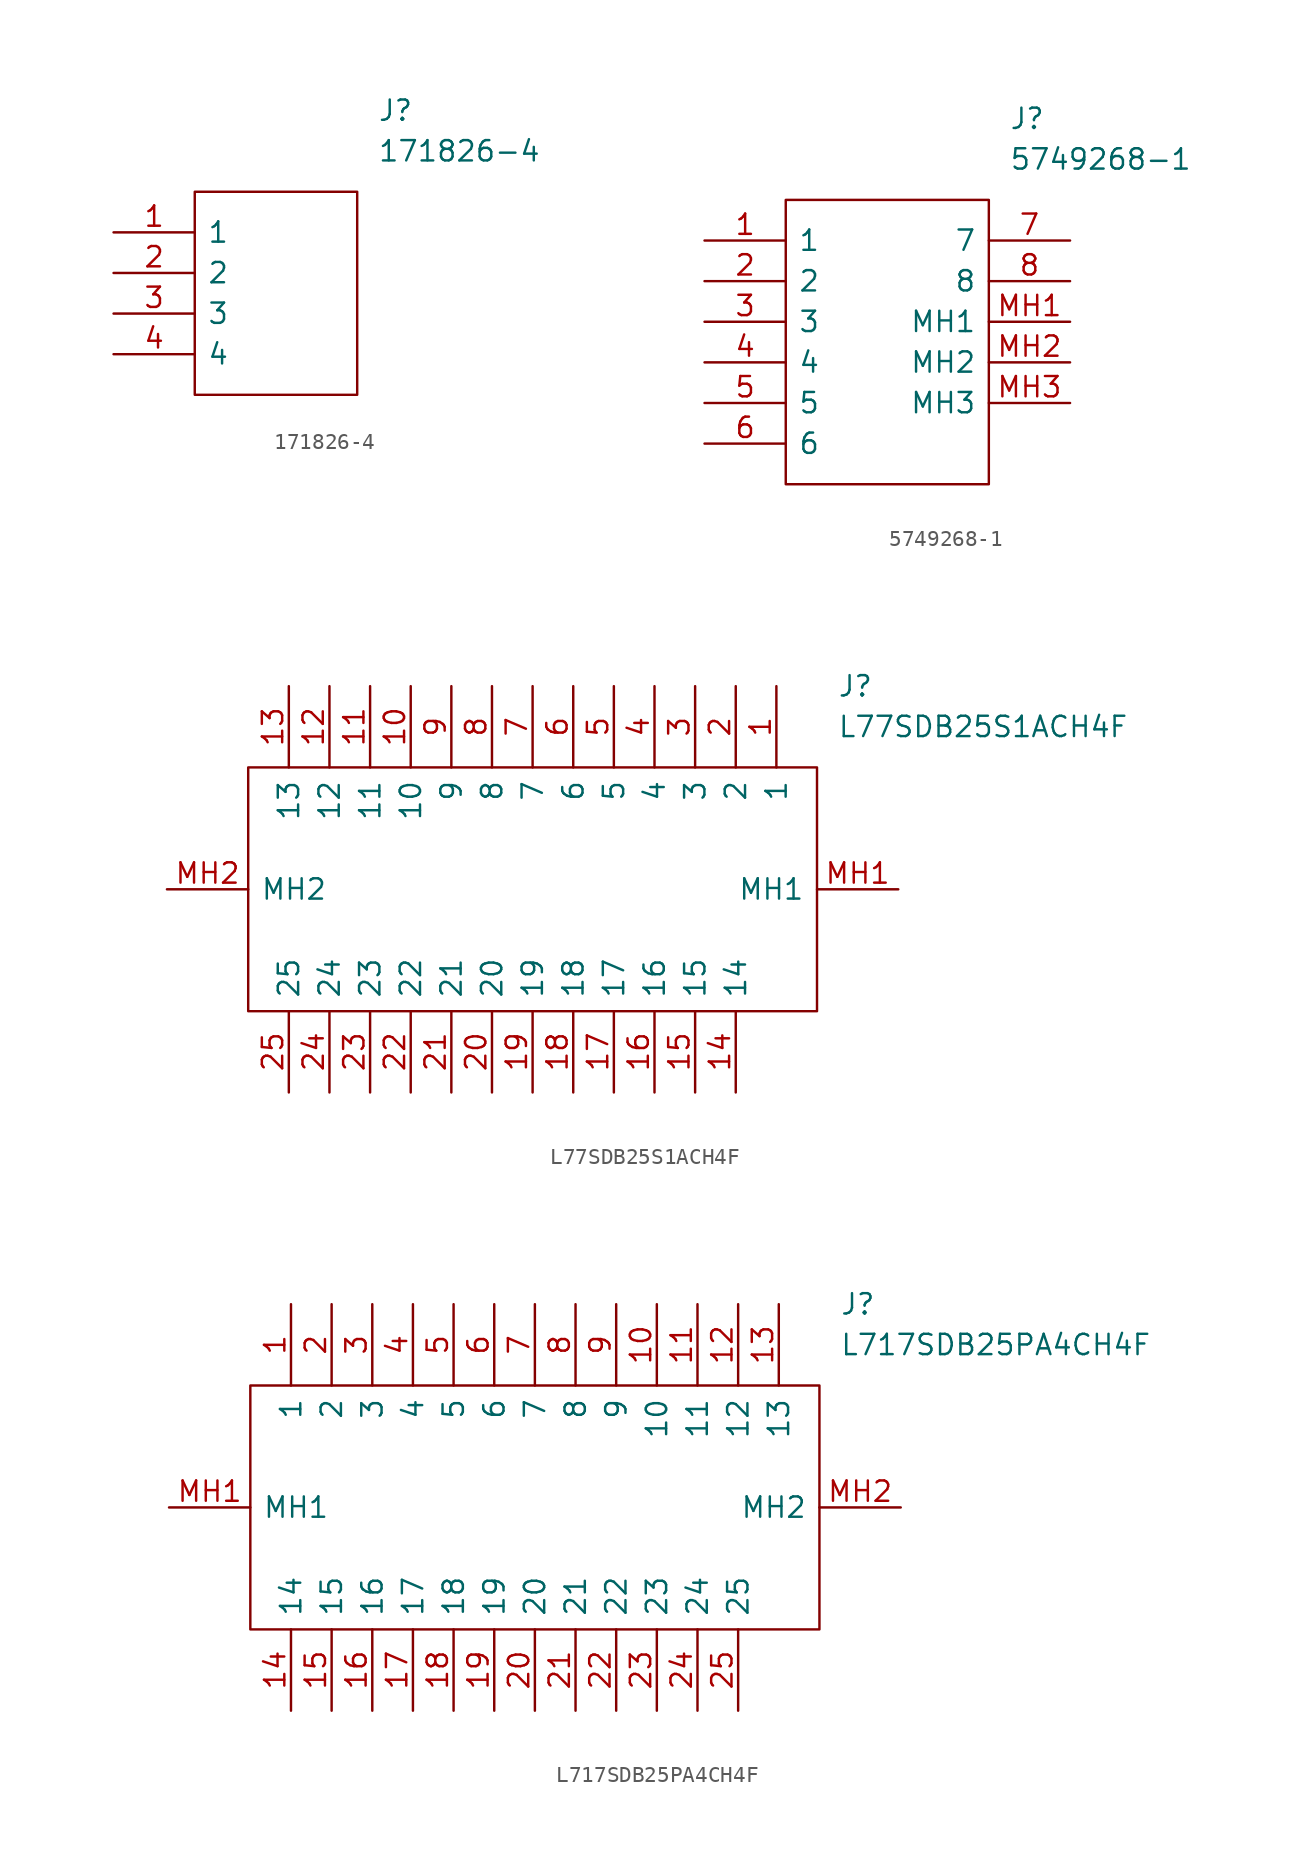
<source format=kicad_sym>
(kicad_symbol_lib
  (version 20231120)
  (generator "kicad_symbol_editor")
  (generator_version "8.0")
  (symbol "171826-4"
    (pin_names
      (offset 0.762))
    (property "Reference" "J"
      (at 16.51 7.62 0)
      (effects (font (size 1.27 1.27)) (justify left)))
    (property "Value" "171826-4"
      (at 16.51 5.08 0)
      (effects (font (size 1.27 1.27)) (justify left)))
    (symbol "171826-4_0_0"
      (pin passive line (at 0 0 0) (length 5.08) (name "1" (effects (font (size 1.27 1.27)))) (number "1" (effects (font (size 1.27 1.27)))))
      (pin passive line (at 0 -2.54 0) (length 5.08) (name "2" (effects (font (size 1.27 1.27)))) (number "2" (effects (font (size 1.27 1.27)))))
      (pin passive line (at 0 -5.08 0) (length 5.08) (name "3" (effects (font (size 1.27 1.27)))) (number "3" (effects (font (size 1.27 1.27)))))
      (pin passive line (at 0 -7.62 0) (length 5.08) (name "4" (effects (font (size 1.27 1.27)))) (number "4" (effects (font (size 1.27 1.27))))))
    (symbol "171826-4_0_1"
      (polyline (pts (xy 5.08 2.54) (xy 15.24 2.54) (xy 15.24 -10.16) (xy 5.08 -10.16) (xy 5.08 2.54)) (stroke (width 0.152) (type solid)) (fill (type none)))))
  (symbol "5749268-1"
    (pin_names
      (offset 0.762))
    (property "Reference" "J"
      (at 19.05 7.62 0)
      (effects (font (size 1.27 1.27)) (justify left)))
    (property "Value" "5749268-1"
      (at 19.05 5.08 0)
      (effects (font (size 1.27 1.27)) (justify left)))
    (symbol "5749268-1_0_0"
      (pin passive line (at 0 0 0) (length 5.08) (name "1" (effects (font (size 1.27 1.27)))) (number "1" (effects (font (size 1.27 1.27)))))
      (pin passive line (at 0 -2.54 0) (length 5.08) (name "2" (effects (font (size 1.27 1.27)))) (number "2" (effects (font (size 1.27 1.27)))))
      (pin passive line (at 0 -5.08 0) (length 5.08) (name "3" (effects (font (size 1.27 1.27)))) (number "3" (effects (font (size 1.27 1.27)))))
      (pin passive line (at 0 -7.62 0) (length 5.08) (name "4" (effects (font (size 1.27 1.27)))) (number "4" (effects (font (size 1.27 1.27)))))
      (pin passive line (at 0 -10.16 0) (length 5.08) (name "5" (effects (font (size 1.27 1.27)))) (number "5" (effects (font (size 1.27 1.27)))))
      (pin passive line (at 0 -12.7 0) (length 5.08) (name "6" (effects (font (size 1.27 1.27)))) (number "6" (effects (font (size 1.27 1.27)))))
      (pin passive line (at 22.86 0 180) (length 5.08) (name "7" (effects (font (size 1.27 1.27)))) (number "7" (effects (font (size 1.27 1.27)))))
      (pin passive line (at 22.86 -2.54 180) (length 5.08) (name "8" (effects (font (size 1.27 1.27)))) (number "8" (effects (font (size 1.27 1.27)))))
      (pin passive line (at 22.86 -5.08 180) (length 5.08) (name "MH1" (effects (font (size 1.27 1.27)))) (number "MH1" (effects (font (size 1.27 1.27)))))
      (pin passive line (at 22.86 -7.62 180) (length 5.08) (name "MH2" (effects (font (size 1.27 1.27)))) (number "MH2" (effects (font (size 1.27 1.27)))))
      (pin passive line (at 22.86 -10.16 180) (length 5.08) (name "MH3" (effects (font (size 1.27 1.27)))) (number "MH3" (effects (font (size 1.27 1.27))))))
    (symbol "5749268-1_0_1"
      (polyline (pts (xy 5.08 2.54) (xy 17.78 2.54) (xy 17.78 -15.24) (xy 5.08 -15.24) (xy 5.08 2.54)) (stroke (width 0.152) (type solid)) (fill (type none)))))
  (symbol "L77SDB25S1ACH4F"
    (pin_names
      (offset 0.762))
    (property "Reference" "J"
      (at 41.91 12.7 0)
      (effects (font (size 1.27 1.27)) (justify left)))
    (property "Value" "L77SDB25S1ACH4F"
      (at 41.91 10.16 0)
      (effects (font (size 1.27 1.27)) (justify left)))
    (symbol "L77SDB25S1ACH4F_0_0"
      (pin passive line (at 38.1 12.7 270) (length 5.08) (name "1" (effects (font (size 1.27 1.27)))) (number "1" (effects (font (size 1.27 1.27)))))
      (pin passive line (at 15.24 12.7 270) (length 5.08) (name "10" (effects (font (size 1.27 1.27)))) (number "10" (effects (font (size 1.27 1.27)))))
      (pin passive line (at 12.7 12.7 270) (length 5.08) (name "11" (effects (font (size 1.27 1.27)))) (number "11" (effects (font (size 1.27 1.27)))))
      (pin passive line (at 10.16 12.7 270) (length 5.08) (name "12" (effects (font (size 1.27 1.27)))) (number "12" (effects (font (size 1.27 1.27)))))
      (pin passive line (at 7.62 12.7 270) (length 5.08) (name "13" (effects (font (size 1.27 1.27)))) (number "13" (effects (font (size 1.27 1.27)))))
      (pin passive line (at 35.56 -12.7 90) (length 5.08) (name "14" (effects (font (size 1.27 1.27)))) (number "14" (effects (font (size 1.27 1.27)))))
      (pin passive line (at 33.02 -12.7 90) (length 5.08) (name "15" (effects (font (size 1.27 1.27)))) (number "15" (effects (font (size 1.27 1.27)))))
      (pin passive line (at 30.48 -12.7 90) (length 5.08) (name "16" (effects (font (size 1.27 1.27)))) (number "16" (effects (font (size 1.27 1.27)))))
      (pin passive line (at 27.94 -12.7 90) (length 5.08) (name "17" (effects (font (size 1.27 1.27)))) (number "17" (effects (font (size 1.27 1.27)))))
      (pin passive line (at 25.4 -12.7 90) (length 5.08) (name "18" (effects (font (size 1.27 1.27)))) (number "18" (effects (font (size 1.27 1.27)))))
      (pin passive line (at 22.86 -12.7 90) (length 5.08) (name "19" (effects (font (size 1.27 1.27)))) (number "19" (effects (font (size 1.27 1.27)))))
      (pin passive line (at 35.56 12.7 270) (length 5.08) (name "2" (effects (font (size 1.27 1.27)))) (number "2" (effects (font (size 1.27 1.27)))))
      (pin passive line (at 20.32 -12.7 90) (length 5.08) (name "20" (effects (font (size 1.27 1.27)))) (number "20" (effects (font (size 1.27 1.27)))))
      (pin passive line (at 17.78 -12.7 90) (length 5.08) (name "21" (effects (font (size 1.27 1.27)))) (number "21" (effects (font (size 1.27 1.27)))))
      (pin passive line (at 15.24 -12.7 90) (length 5.08) (name "22" (effects (font (size 1.27 1.27)))) (number "22" (effects (font (size 1.27 1.27)))))
      (pin passive line (at 12.7 -12.7 90) (length 5.08) (name "23" (effects (font (size 1.27 1.27)))) (number "23" (effects (font (size 1.27 1.27)))))
      (pin passive line (at 10.16 -12.7 90) (length 5.08) (name "24" (effects (font (size 1.27 1.27)))) (number "24" (effects (font (size 1.27 1.27)))))
      (pin passive line (at 7.62 -12.7 90) (length 5.08) (name "25" (effects (font (size 1.27 1.27)))) (number "25" (effects (font (size 1.27 1.27)))))
      (pin passive line (at 33.02 12.7 270) (length 5.08) (name "3" (effects (font (size 1.27 1.27)))) (number "3" (effects (font (size 1.27 1.27)))))
      (pin passive line (at 30.48 12.7 270) (length 5.08) (name "4" (effects (font (size 1.27 1.27)))) (number "4" (effects (font (size 1.27 1.27)))))
      (pin passive line (at 27.94 12.7 270) (length 5.08) (name "5" (effects (font (size 1.27 1.27)))) (number "5" (effects (font (size 1.27 1.27)))))
      (pin passive line (at 25.4 12.7 270) (length 5.08) (name "6" (effects (font (size 1.27 1.27)))) (number "6" (effects (font (size 1.27 1.27)))))
      (pin passive line (at 22.86 12.7 270) (length 5.08) (name "7" (effects (font (size 1.27 1.27)))) (number "7" (effects (font (size 1.27 1.27)))))
      (pin passive line (at 20.32 12.7 270) (length 5.08) (name "8" (effects (font (size 1.27 1.27)))) (number "8" (effects (font (size 1.27 1.27)))))
      (pin passive line (at 17.78 12.7 270) (length 5.08) (name "9" (effects (font (size 1.27 1.27)))) (number "9" (effects (font (size 1.27 1.27)))))
      (pin passive line (at 45.72 0 180) (length 5.08) (name "MH1" (effects (font (size 1.27 1.27)))) (number "MH1" (effects (font (size 1.27 1.27)))))
      (pin passive line (at 0 0 0) (length 5.08) (name "MH2" (effects (font (size 1.27 1.27)))) (number "MH2" (effects (font (size 1.27 1.27))))))
    (symbol "L77SDB25S1ACH4F_0_1"
      (polyline (pts (xy 5.08 7.62) (xy 40.64 7.62) (xy 40.64 -7.62) (xy 5.08 -7.62) (xy 5.08 7.62)) (stroke (width 0.152) (type solid)) (fill (type none)))))
  (symbol "L717SDB25PA4CH4F"
    (pin_names
      (offset 0.762))
    (property "Reference" "J"
      (at 41.91 12.7 0)
      (effects (font (size 1.27 1.27)) (justify left)))
    (property "Value" "L717SDB25PA4CH4F"
      (at 41.91 10.16 0)
      (effects (font (size 1.27 1.27)) (justify left)))
    (symbol "L717SDB25PA4CH4F_0_0"
      (pin passive line (at 7.62 12.7 270) (length 5.08) (name "1" (effects (font (size 1.27 1.27)))) (number "1" (effects (font (size 1.27 1.27)))))
      (pin passive line (at 30.48 12.7 270) (length 5.08) (name "10" (effects (font (size 1.27 1.27)))) (number "10" (effects (font (size 1.27 1.27)))))
      (pin passive line (at 33.02 12.7 270) (length 5.08) (name "11" (effects (font (size 1.27 1.27)))) (number "11" (effects (font (size 1.27 1.27)))))
      (pin passive line (at 35.56 12.7 270) (length 5.08) (name "12" (effects (font (size 1.27 1.27)))) (number "12" (effects (font (size 1.27 1.27)))))
      (pin passive line (at 38.1 12.7 270) (length 5.08) (name "13" (effects (font (size 1.27 1.27)))) (number "13" (effects (font (size 1.27 1.27)))))
      (pin passive line (at 7.62 -12.7 90) (length 5.08) (name "14" (effects (font (size 1.27 1.27)))) (number "14" (effects (font (size 1.27 1.27)))))
      (pin passive line (at 10.16 -12.7 90) (length 5.08) (name "15" (effects (font (size 1.27 1.27)))) (number "15" (effects (font (size 1.27 1.27)))))
      (pin passive line (at 12.7 -12.7 90) (length 5.08) (name "16" (effects (font (size 1.27 1.27)))) (number "16" (effects (font (size 1.27 1.27)))))
      (pin passive line (at 15.24 -12.7 90) (length 5.08) (name "17" (effects (font (size 1.27 1.27)))) (number "17" (effects (font (size 1.27 1.27)))))
      (pin passive line (at 17.78 -12.7 90) (length 5.08) (name "18" (effects (font (size 1.27 1.27)))) (number "18" (effects (font (size 1.27 1.27)))))
      (pin passive line (at 20.32 -12.7 90) (length 5.08) (name "19" (effects (font (size 1.27 1.27)))) (number "19" (effects (font (size 1.27 1.27)))))
      (pin passive line (at 10.16 12.7 270) (length 5.08) (name "2" (effects (font (size 1.27 1.27)))) (number "2" (effects (font (size 1.27 1.27)))))
      (pin passive line (at 22.86 -12.7 90) (length 5.08) (name "20" (effects (font (size 1.27 1.27)))) (number "20" (effects (font (size 1.27 1.27)))))
      (pin passive line (at 25.4 -12.7 90) (length 5.08) (name "21" (effects (font (size 1.27 1.27)))) (number "21" (effects (font (size 1.27 1.27)))))
      (pin passive line (at 27.94 -12.7 90) (length 5.08) (name "22" (effects (font (size 1.27 1.27)))) (number "22" (effects (font (size 1.27 1.27)))))
      (pin passive line (at 30.48 -12.7 90) (length 5.08) (name "23" (effects (font (size 1.27 1.27)))) (number "23" (effects (font (size 1.27 1.27)))))
      (pin passive line (at 33.02 -12.7 90) (length 5.08) (name "24" (effects (font (size 1.27 1.27)))) (number "24" (effects (font (size 1.27 1.27)))))
      (pin passive line (at 35.56 -12.7 90) (length 5.08) (name "25" (effects (font (size 1.27 1.27)))) (number "25" (effects (font (size 1.27 1.27)))))
      (pin passive line (at 12.7 12.7 270) (length 5.08) (name "3" (effects (font (size 1.27 1.27)))) (number "3" (effects (font (size 1.27 1.27)))))
      (pin passive line (at 15.24 12.7 270) (length 5.08) (name "4" (effects (font (size 1.27 1.27)))) (number "4" (effects (font (size 1.27 1.27)))))
      (pin passive line (at 17.78 12.7 270) (length 5.08) (name "5" (effects (font (size 1.27 1.27)))) (number "5" (effects (font (size 1.27 1.27)))))
      (pin passive line (at 20.32 12.7 270) (length 5.08) (name "6" (effects (font (size 1.27 1.27)))) (number "6" (effects (font (size 1.27 1.27)))))
      (pin passive line (at 22.86 12.7 270) (length 5.08) (name "7" (effects (font (size 1.27 1.27)))) (number "7" (effects (font (size 1.27 1.27)))))
      (pin passive line (at 25.4 12.7 270) (length 5.08) (name "8" (effects (font (size 1.27 1.27)))) (number "8" (effects (font (size 1.27 1.27)))))
      (pin passive line (at 27.94 12.7 270) (length 5.08) (name "9" (effects (font (size 1.27 1.27)))) (number "9" (effects (font (size 1.27 1.27)))))
      (pin passive line (at 0 0 0) (length 5.08) (name "MH1" (effects (font (size 1.27 1.27)))) (number "MH1" (effects (font (size 1.27 1.27)))))
      (pin passive line (at 45.72 0 180) (length 5.08) (name "MH2" (effects (font (size 1.27 1.27)))) (number "MH2" (effects (font (size 1.27 1.27))))))
    (symbol "L717SDB25PA4CH4F_0_1"
      (polyline (pts (xy 5.08 7.62) (xy 40.64 7.62) (xy 40.64 -7.62) (xy 5.08 -7.62) (xy 5.08 7.62)) (stroke (width 0.152) (type solid)) (fill (type none))))))
</source>
